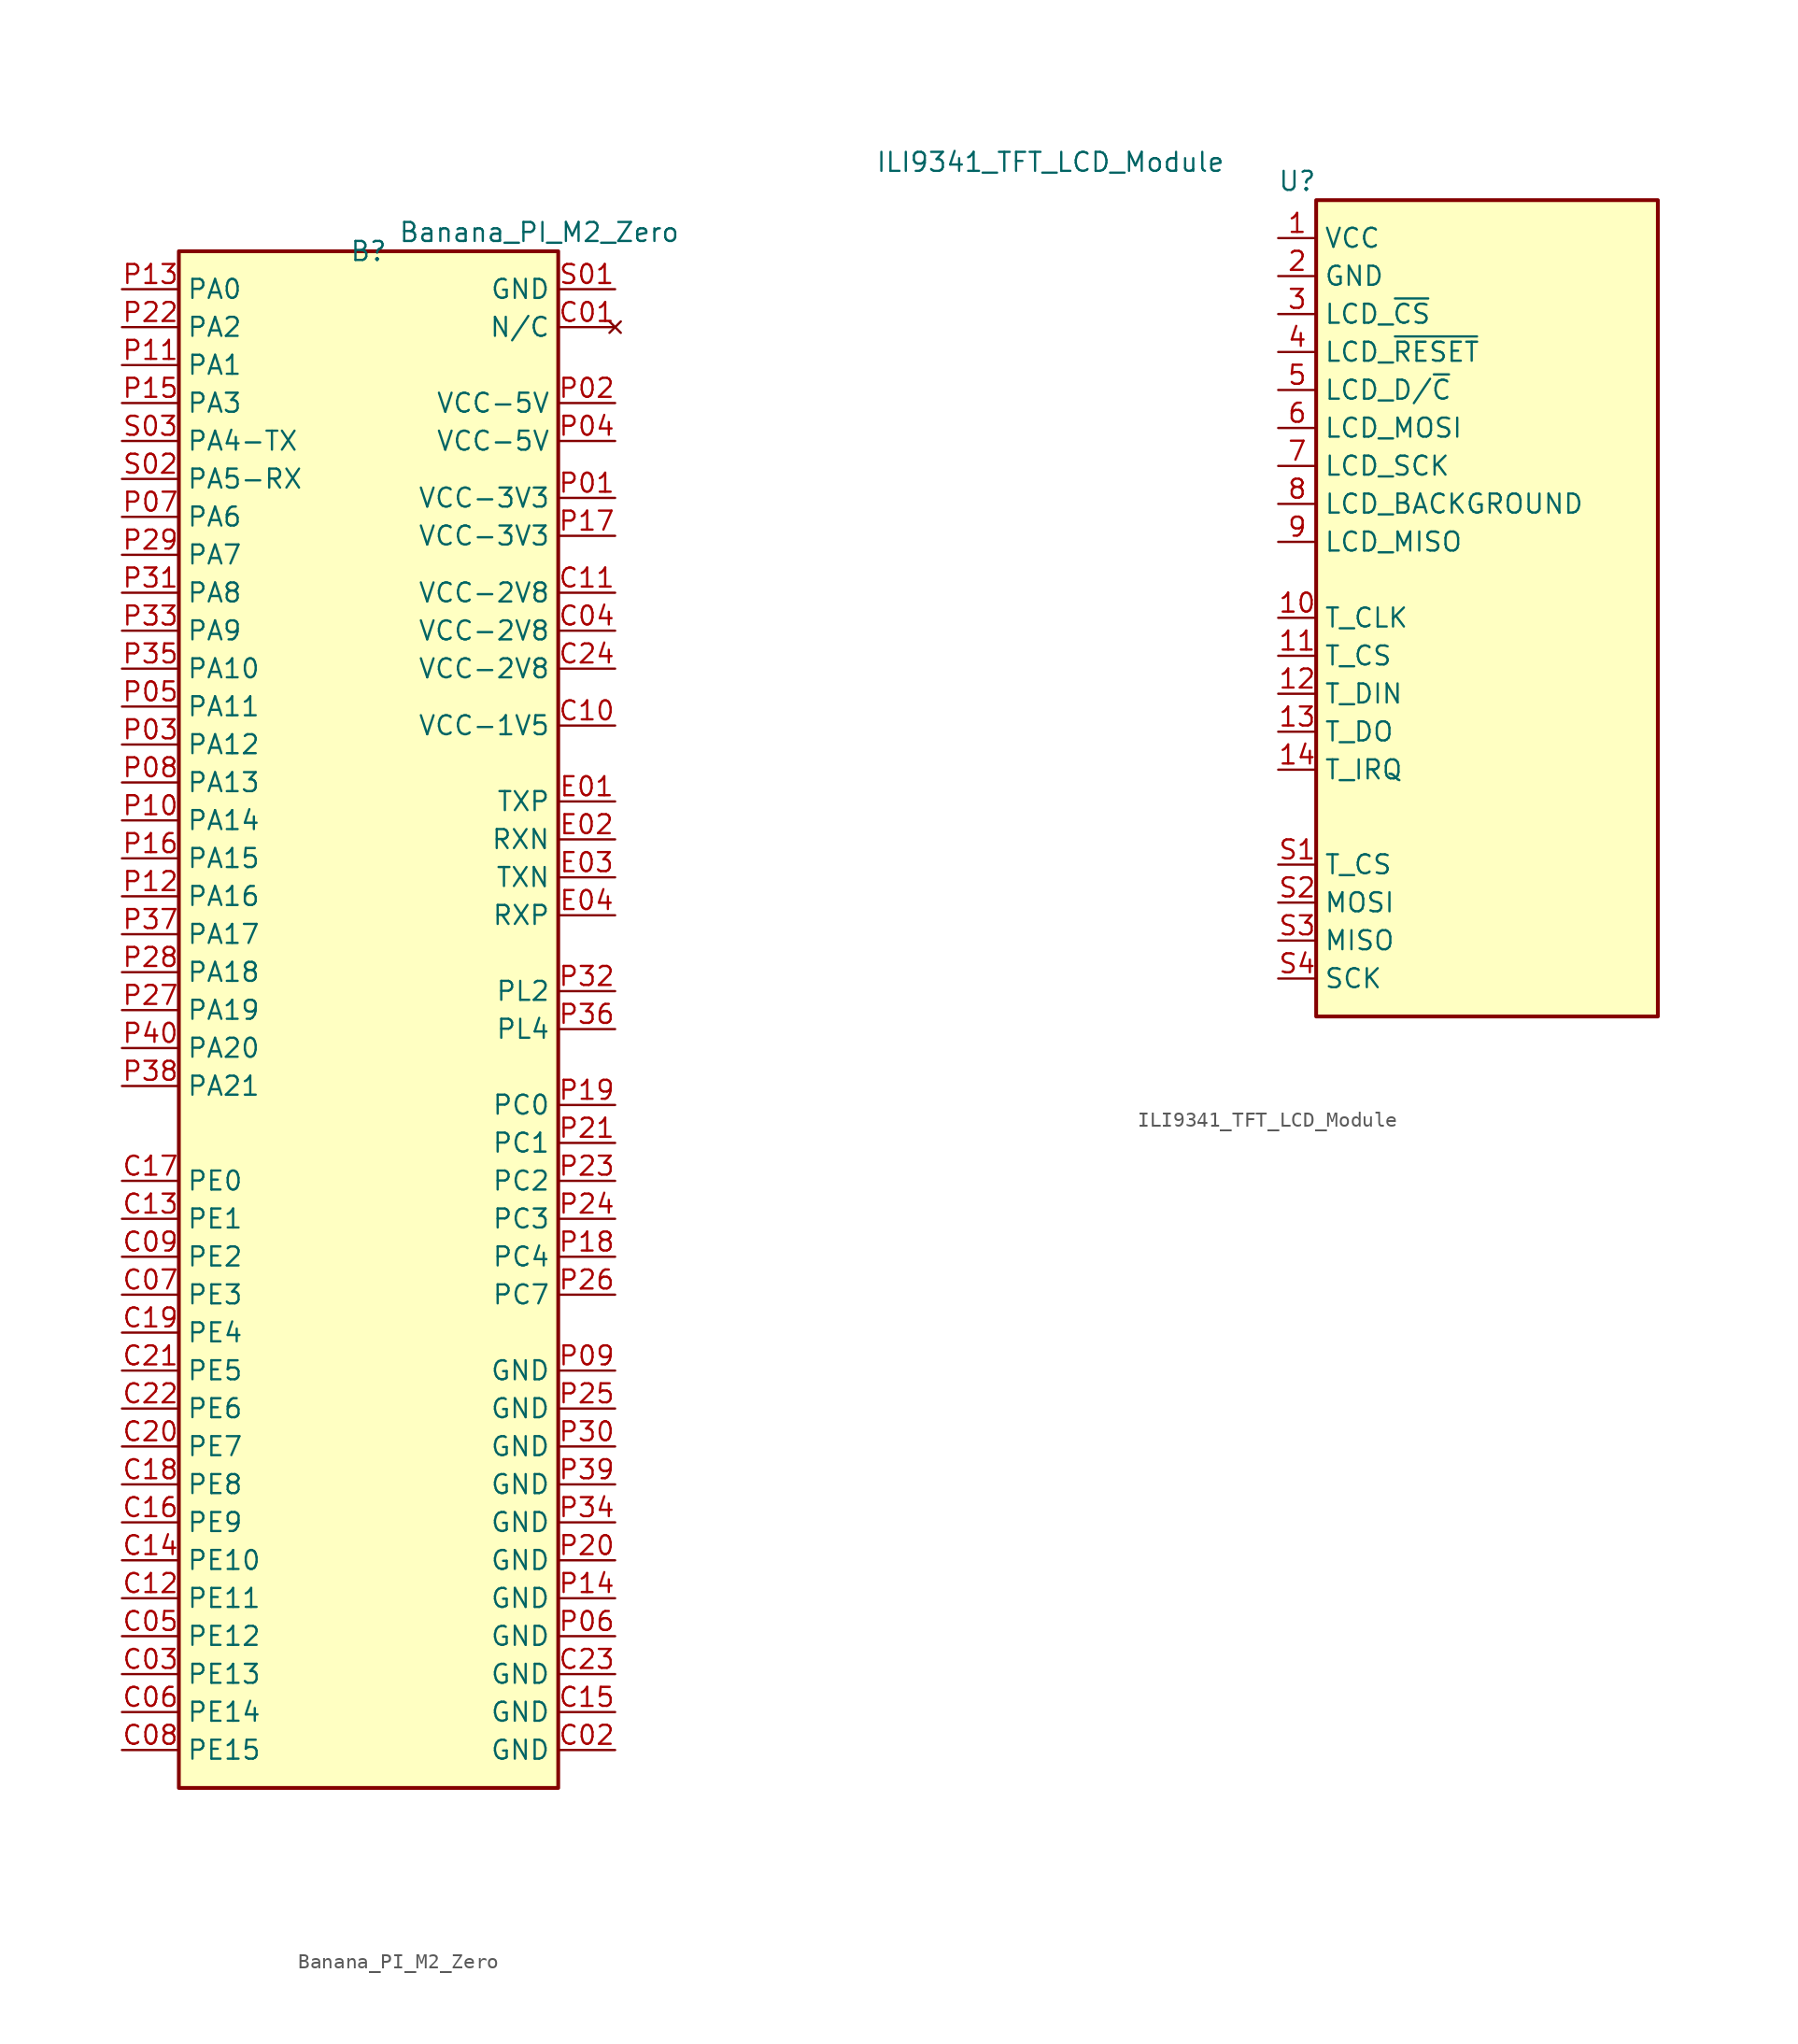
<source format=kicad_sym>
(kicad_symbol_lib
  (version 20211014)
  (generator kicad_symbol_editor)
  (symbol "Banana_PI_M2_Zero"
    (property "Reference" "B"
      (at 0 0 0)
      (effects (font (size 1.27 1.27))))
    (property "Value" "Banana_PI_M2_Zero"
      (at 11.43 1.27 0)
      (effects (font (size 1.27 1.27))))
    (symbol "Banana_PI_M2_Zero_0_1"
      (rectangle (start -12.7 0) (end 12.7 -102.87) (stroke (width 0.254) (type default) (color 0 0 0 0)) (fill (type background))))
    (symbol "Banana_PI_M2_Zero_1_1"
      (pin no_connect line (at 16.51 -5.08 180) (length 3.81) (name "N/C" (effects (font (size 1.27 1.27)))) (number "C01" (effects (font (size 1.27 1.27)))))
      (pin power_in line (at 16.51 -100.33 180) (length 3.81) (name "GND" (effects (font (size 1.27 1.27)))) (number "C02" (effects (font (size 1.27 1.27)))))
      (pin bidirectional line (at -16.51 -95.25 0) (length 3.81) (name "PE13" (effects (font (size 1.27 1.27)))) (number "C03" (effects (font (size 1.27 1.27)))))
      (pin power_in line (at 16.51 -25.4 180) (length 3.81) (name "VCC-2V8" (effects (font (size 1.27 1.27)))) (number "C04" (effects (font (size 1.27 1.27)))))
      (pin bidirectional line (at -16.51 -92.71 0) (length 3.81) (name "PE12" (effects (font (size 1.27 1.27)))) (number "C05" (effects (font (size 1.27 1.27)))))
      (pin bidirectional line (at -16.51 -97.79 0) (length 3.81) (name "PE14" (effects (font (size 1.27 1.27)))) (number "C06" (effects (font (size 1.27 1.27)))))
      (pin bidirectional line (at -16.51 -69.85 0) (length 3.81) (name "PE3" (effects (font (size 1.27 1.27)))) (number "C07" (effects (font (size 1.27 1.27)))))
      (pin bidirectional line (at -16.51 -100.33 0) (length 3.81) (name "PE15" (effects (font (size 1.27 1.27)))) (number "C08" (effects (font (size 1.27 1.27)))))
      (pin bidirectional line (at -16.51 -67.31 0) (length 3.81) (name "PE2" (effects (font (size 1.27 1.27)))) (number "C09" (effects (font (size 1.27 1.27)))))
      (pin power_in line (at 16.51 -31.75 180) (length 3.81) (name "VCC-1V5" (effects (font (size 1.27 1.27)))) (number "C10" (effects (font (size 1.27 1.27)))))
      (pin power_in line (at 16.51 -22.86 180) (length 3.81) (name "VCC-2V8" (effects (font (size 1.27 1.27)))) (number "C11" (effects (font (size 1.27 1.27)))))
      (pin bidirectional line (at -16.51 -90.17 0) (length 3.81) (name "PE11" (effects (font (size 1.27 1.27)))) (number "C12" (effects (font (size 1.27 1.27)))))
      (pin bidirectional line (at -16.51 -64.77 0) (length 3.81) (name "PE1" (effects (font (size 1.27 1.27)))) (number "C13" (effects (font (size 1.27 1.27)))))
      (pin bidirectional line (at -16.51 -87.63 0) (length 3.81) (name "PE10" (effects (font (size 1.27 1.27)))) (number "C14" (effects (font (size 1.27 1.27)))))
      (pin power_in line (at 16.51 -97.79 180) (length 3.81) (name "GND" (effects (font (size 1.27 1.27)))) (number "C15" (effects (font (size 1.27 1.27)))))
      (pin bidirectional line (at -16.51 -85.09 0) (length 3.81) (name "PE9" (effects (font (size 1.27 1.27)))) (number "C16" (effects (font (size 1.27 1.27)))))
      (pin bidirectional line (at -16.51 -62.23 0) (length 3.81) (name "PE0" (effects (font (size 1.27 1.27)))) (number "C17" (effects (font (size 1.27 1.27)))))
      (pin bidirectional line (at -16.51 -82.55 0) (length 3.81) (name "PE8" (effects (font (size 1.27 1.27)))) (number "C18" (effects (font (size 1.27 1.27)))))
      (pin bidirectional line (at -16.51 -72.39 0) (length 3.81) (name "PE4" (effects (font (size 1.27 1.27)))) (number "C19" (effects (font (size 1.27 1.27)))))
      (pin bidirectional line (at -16.51 -80.01 0) (length 3.81) (name "PE7" (effects (font (size 1.27 1.27)))) (number "C20" (effects (font (size 1.27 1.27)))))
      (pin bidirectional line (at -16.51 -74.93 0) (length 3.81) (name "PE5" (effects (font (size 1.27 1.27)))) (number "C21" (effects (font (size 1.27 1.27)))))
      (pin bidirectional line (at -16.51 -77.47 0) (length 3.81) (name "PE6" (effects (font (size 1.27 1.27)))) (number "C22" (effects (font (size 1.27 1.27)))))
      (pin power_in line (at 16.51 -95.25 180) (length 3.81) (name "GND" (effects (font (size 1.27 1.27)))) (number "C23" (effects (font (size 1.27 1.27)))))
      (pin power_in line (at 16.51 -27.94 180) (length 3.81) (name "VCC-2V8" (effects (font (size 1.27 1.27)))) (number "C24" (effects (font (size 1.27 1.27)))))
      (pin bidirectional line (at 16.51 -36.83 180) (length 3.81) (name "TXP" (effects (font (size 1.27 1.27)))) (number "E01" (effects (font (size 1.27 1.27)))))
      (pin bidirectional line (at 16.51 -39.37 180) (length 3.81) (name "RXN" (effects (font (size 1.27 1.27)))) (number "E02" (effects (font (size 1.27 1.27)))))
      (pin bidirectional line (at 16.51 -41.91 180) (length 3.81) (name "TXN" (effects (font (size 1.27 1.27)))) (number "E03" (effects (font (size 1.27 1.27)))))
      (pin bidirectional line (at 16.51 -44.45 180) (length 3.81) (name "RXP" (effects (font (size 1.27 1.27)))) (number "E04" (effects (font (size 1.27 1.27)))))
      (pin power_in line (at 16.51 -16.51 180) (length 3.81) (name "VCC-3V3" (effects (font (size 1.27 1.27)))) (number "P01" (effects (font (size 1.27 1.27)))))
      (pin power_in line (at 16.51 -10.16 180) (length 3.81) (name "VCC-5V" (effects (font (size 1.27 1.27)))) (number "P02" (effects (font (size 1.27 1.27)))))
      (pin bidirectional line (at -16.51 -33.02 0) (length 3.81) (name "PA12" (effects (font (size 1.27 1.27)))) (number "P03" (effects (font (size 1.27 1.27)))))
      (pin power_in line (at 16.51 -12.7 180) (length 3.81) (name "VCC-5V" (effects (font (size 1.27 1.27)))) (number "P04" (effects (font (size 1.27 1.27)))))
      (pin bidirectional line (at -16.51 -30.48 0) (length 3.81) (name "PA11" (effects (font (size 1.27 1.27)))) (number "P05" (effects (font (size 1.27 1.27)))))
      (pin power_in line (at 16.51 -92.71 180) (length 3.81) (name "GND" (effects (font (size 1.27 1.27)))) (number "P06" (effects (font (size 1.27 1.27)))))
      (pin bidirectional line (at -16.51 -17.78 0) (length 3.81) (name "PA6" (effects (font (size 1.27 1.27)))) (number "P07" (effects (font (size 1.27 1.27)))))
      (pin bidirectional line (at -16.51 -35.56 0) (length 3.81) (name "PA13" (effects (font (size 1.27 1.27)))) (number "P08" (effects (font (size 1.27 1.27)))))
      (pin power_in line (at 16.51 -74.93 180) (length 3.81) (name "GND" (effects (font (size 1.27 1.27)))) (number "P09" (effects (font (size 1.27 1.27)))))
      (pin bidirectional line (at -16.51 -38.1 0) (length 3.81) (name "PA14" (effects (font (size 1.27 1.27)))) (number "P10" (effects (font (size 1.27 1.27)))))
      (pin bidirectional line (at -16.51 -7.62 0) (length 3.81) (name "PA1" (effects (font (size 1.27 1.27)))) (number "P11" (effects (font (size 1.27 1.27)))))
      (pin bidirectional line (at -16.51 -43.18 0) (length 3.81) (name "PA16" (effects (font (size 1.27 1.27)))) (number "P12" (effects (font (size 1.27 1.27)))))
      (pin bidirectional line (at -16.51 -2.54 0) (length 3.81) (name "PA0" (effects (font (size 1.27 1.27)))) (number "P13" (effects (font (size 1.27 1.27)))))
      (pin power_in line (at 16.51 -90.17 180) (length 3.81) (name "GND" (effects (font (size 1.27 1.27)))) (number "P14" (effects (font (size 1.27 1.27)))))
      (pin bidirectional line (at -16.51 -10.16 0) (length 3.81) (name "PA3" (effects (font (size 1.27 1.27)))) (number "P15" (effects (font (size 1.27 1.27)))))
      (pin bidirectional line (at -16.51 -40.64 0) (length 3.81) (name "PA15" (effects (font (size 1.27 1.27)))) (number "P16" (effects (font (size 1.27 1.27)))))
      (pin power_in line (at 16.51 -19.05 180) (length 3.81) (name "VCC-3V3" (effects (font (size 1.27 1.27)))) (number "P17" (effects (font (size 1.27 1.27)))))
      (pin bidirectional line (at 16.51 -67.31 180) (length 3.81) (name "PC4" (effects (font (size 1.27 1.27)))) (number "P18" (effects (font (size 1.27 1.27)))))
      (pin bidirectional line (at 16.51 -57.15 180) (length 3.81) (name "PC0" (effects (font (size 1.27 1.27)))) (number "P19" (effects (font (size 1.27 1.27)))))
      (pin power_in line (at 16.51 -87.63 180) (length 3.81) (name "GND" (effects (font (size 1.27 1.27)))) (number "P20" (effects (font (size 1.27 1.27)))))
      (pin bidirectional line (at 16.51 -59.69 180) (length 3.81) (name "PC1" (effects (font (size 1.27 1.27)))) (number "P21" (effects (font (size 1.27 1.27)))))
      (pin bidirectional line (at -16.51 -5.08 0) (length 3.81) (name "PA2" (effects (font (size 1.27 1.27)))) (number "P22" (effects (font (size 1.27 1.27)))))
      (pin bidirectional line (at 16.51 -62.23 180) (length 3.81) (name "PC2" (effects (font (size 1.27 1.27)))) (number "P23" (effects (font (size 1.27 1.27)))))
      (pin bidirectional line (at 16.51 -64.77 180) (length 3.81) (name "PC3" (effects (font (size 1.27 1.27)))) (number "P24" (effects (font (size 1.27 1.27)))))
      (pin power_in line (at 16.51 -77.47 180) (length 3.81) (name "GND" (effects (font (size 1.27 1.27)))) (number "P25" (effects (font (size 1.27 1.27)))))
      (pin bidirectional line (at 16.51 -69.85 180) (length 3.81) (name "PC7" (effects (font (size 1.27 1.27)))) (number "P26" (effects (font (size 1.27 1.27)))))
      (pin bidirectional line (at -16.51 -50.8 0) (length 3.81) (name "PA19" (effects (font (size 1.27 1.27)))) (number "P27" (effects (font (size 1.27 1.27)))))
      (pin bidirectional line (at -16.51 -48.26 0) (length 3.81) (name "PA18" (effects (font (size 1.27 1.27)))) (number "P28" (effects (font (size 1.27 1.27)))))
      (pin bidirectional line (at -16.51 -20.32 0) (length 3.81) (name "PA7" (effects (font (size 1.27 1.27)))) (number "P29" (effects (font (size 1.27 1.27)))))
      (pin power_in line (at 16.51 -80.01 180) (length 3.81) (name "GND" (effects (font (size 1.27 1.27)))) (number "P30" (effects (font (size 1.27 1.27)))))
      (pin bidirectional line (at -16.51 -22.86 0) (length 3.81) (name "PA8" (effects (font (size 1.27 1.27)))) (number "P31" (effects (font (size 1.27 1.27)))))
      (pin bidirectional line (at 16.51 -49.53 180) (length 3.81) (name "PL2" (effects (font (size 1.27 1.27)))) (number "P32" (effects (font (size 1.27 1.27)))))
      (pin bidirectional line (at -16.51 -25.4 0) (length 3.81) (name "PA9" (effects (font (size 1.27 1.27)))) (number "P33" (effects (font (size 1.27 1.27)))))
      (pin power_in line (at 16.51 -85.09 180) (length 3.81) (name "GND" (effects (font (size 1.27 1.27)))) (number "P34" (effects (font (size 1.27 1.27)))))
      (pin bidirectional line (at -16.51 -27.94 0) (length 3.81) (name "PA10" (effects (font (size 1.27 1.27)))) (number "P35" (effects (font (size 1.27 1.27)))))
      (pin bidirectional line (at 16.51 -52.07 180) (length 3.81) (name "PL4" (effects (font (size 1.27 1.27)))) (number "P36" (effects (font (size 1.27 1.27)))))
      (pin bidirectional line (at -16.51 -45.72 0) (length 3.81) (name "PA17" (effects (font (size 1.27 1.27)))) (number "P37" (effects (font (size 1.27 1.27)))))
      (pin bidirectional line (at -16.51 -55.88 0) (length 3.81) (name "PA21" (effects (font (size 1.27 1.27)))) (number "P38" (effects (font (size 1.27 1.27)))))
      (pin power_in line (at 16.51 -82.55 180) (length 3.81) (name "GND" (effects (font (size 1.27 1.27)))) (number "P39" (effects (font (size 1.27 1.27)))))
      (pin bidirectional line (at -16.51 -53.34 0) (length 3.81) (name "PA20" (effects (font (size 1.27 1.27)))) (number "P40" (effects (font (size 1.27 1.27)))))
      (pin power_in line (at 16.51 -2.54 180) (length 3.81) (name "GND" (effects (font (size 1.27 1.27)))) (number "S01" (effects (font (size 1.27 1.27)))))
      (pin bidirectional line (at -16.51 -15.24 0) (length 3.81) (name "PA5-RX" (effects (font (size 1.27 1.27)))) (number "S02" (effects (font (size 1.27 1.27)))))
      (pin bidirectional line (at -16.51 -12.7 0) (length 3.81) (name "PA4-TX" (effects (font (size 1.27 1.27)))) (number "S03" (effects (font (size 1.27 1.27)))))))
  (symbol "ILI9341_TFT_LCD_Module"
    (property "Reference" "U"
      (at -1.27 1.27 0)
      (effects (font (size 1.27 1.27))))
    (property "Value" "ILI9341_TFT_LCD_Module"
      (at -17.78 2.54 0)
      (effects (font (size 1.27 1.27))))
    (symbol "ILI9341_TFT_LCD_Module_0_1"
      (rectangle (start 0 0) (end 22.86 -54.61) (stroke (width 0.254) (type default) (color 0 0 0 0)) (fill (type background))))
    (symbol "ILI9341_TFT_LCD_Module_1_1"
      (pin power_in line (at -2.54 -2.54 0) (length 2.54) (name "VCC" (effects (font (size 1.27 1.27)))) (number "1" (effects (font (size 1.27 1.27)))))
      (pin input line (at -2.54 -27.94 0) (length 2.54) (name "T_CLK" (effects (font (size 1.27 1.27)))) (number "10" (effects (font (size 1.27 1.27)))))
      (pin input line (at -2.54 -30.48 0) (length 2.54) (name "T_CS" (effects (font (size 1.27 1.27)))) (number "11" (effects (font (size 1.27 1.27)))))
      (pin input line (at -2.54 -33.02 0) (length 2.54) (name "T_DIN" (effects (font (size 1.27 1.27)))) (number "12" (effects (font (size 1.27 1.27)))))
      (pin input line (at -2.54 -35.56 0) (length 2.54) (name "T_DO" (effects (font (size 1.27 1.27)))) (number "13" (effects (font (size 1.27 1.27)))))
      (pin input line (at -2.54 -38.1 0) (length 2.54) (name "T_IRQ" (effects (font (size 1.27 1.27)))) (number "14" (effects (font (size 1.27 1.27)))))
      (pin power_in line (at -2.54 -5.08 0) (length 2.54) (name "GND" (effects (font (size 1.27 1.27)))) (number "2" (effects (font (size 1.27 1.27)))))
      (pin input line (at -2.54 -7.62 0) (length 2.54) (name "LCD_~{CS}" (effects (font (size 1.27 1.27)))) (number "3" (effects (font (size 1.27 1.27)))))
      (pin input line (at -2.54 -10.16 0) (length 2.54) (name "LCD_~{RESET}" (effects (font (size 1.27 1.27)))) (number "4" (effects (font (size 1.27 1.27)))))
      (pin input line (at -2.54 -12.7 0) (length 2.54) (name "LCD_D/~{C}" (effects (font (size 1.27 1.27)))) (number "5" (effects (font (size 1.27 1.27)))))
      (pin input line (at -2.54 -15.24 0) (length 2.54) (name "LCD_MOSI" (effects (font (size 1.27 1.27)))) (number "6" (effects (font (size 1.27 1.27)))))
      (pin input line (at -2.54 -17.78 0) (length 2.54) (name "LCD_SCK" (effects (font (size 1.27 1.27)))) (number "7" (effects (font (size 1.27 1.27)))))
      (pin power_in line (at -2.54 -20.32 0) (length 2.54) (name "LCD_BACKGROUND" (effects (font (size 1.27 1.27)))) (number "8" (effects (font (size 1.27 1.27)))))
      (pin output line (at -2.54 -22.86 0) (length 2.54) (name "LCD_MISO" (effects (font (size 1.27 1.27)))) (number "9" (effects (font (size 1.27 1.27)))))
      (pin input line (at -2.54 -44.45 0) (length 2.54) (name "T_CS" (effects (font (size 1.27 1.27)))) (number "S1" (effects (font (size 1.27 1.27)))))
      (pin input line (at -2.54 -46.99 0) (length 2.54) (name "MOSI" (effects (font (size 1.27 1.27)))) (number "S2" (effects (font (size 1.27 1.27)))))
      (pin output line (at -2.54 -49.53 0) (length 2.54) (name "MISO" (effects (font (size 1.27 1.27)))) (number "S3" (effects (font (size 1.27 1.27)))))
      (pin input line (at -2.54 -52.07 0) (length 2.54) (name "SCK" (effects (font (size 1.27 1.27)))) (number "S4" (effects (font (size 1.27 1.27))))))))
</source>
